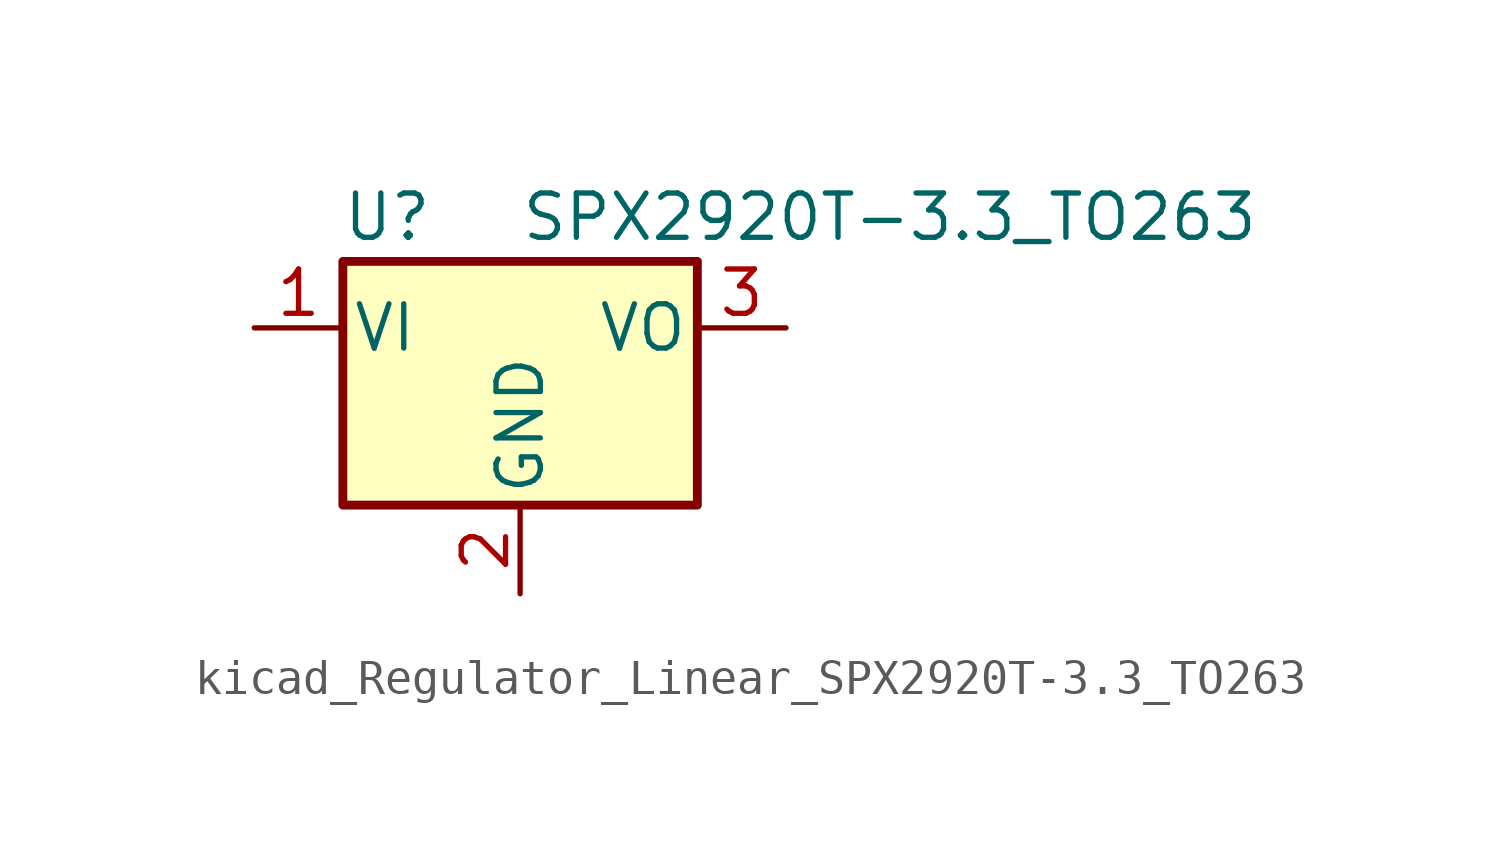
<source format=kicad_sym>
(kicad_symbol_lib
  (version 20220914)
  (generator kicad_symbol_editor)
  (symbol "kicad_Regulator_Linear_SPX2920T-3.3_TO263"
    (pin_names
      (offset 0.254))
    (property "Reference" "U"
      (at -3.81 3.175 0)
      (effects (font (size 1.27 1.27))))
    (property "Value" "SPX2920T-3.3_TO263"
      (at 0 3.175 0)
      (effects (font (size 1.27 1.27)) (justify left)))
    (symbol "kicad_Regulator_Linear_SPX2920T-3.3_TO263_0_1"
      (rectangle (start -5.08 -5.08) (end 5.08 1.905) (stroke (width 0.254) (type default)) (fill (type background))))
    (symbol "kicad_Regulator_Linear_SPX2920T-3.3_TO263_1_1"
      (pin power_in line (at -7.62 0 0) (length 2.54) (name "VI" (effects (font (size 1.27 1.27)))) (number "1" (effects (font (size 1.27 1.27)))))
      (pin power_in line (at 0 -7.62 90) (length 2.54) (name "GND" (effects (font (size 1.27 1.27)))) (number "2" (effects (font (size 1.27 1.27)))))
      (pin power_out line (at 7.62 0 180) (length 2.54) (name "VO" (effects (font (size 1.27 1.27)))) (number "3" (effects (font (size 1.27 1.27))))))))
</source>
